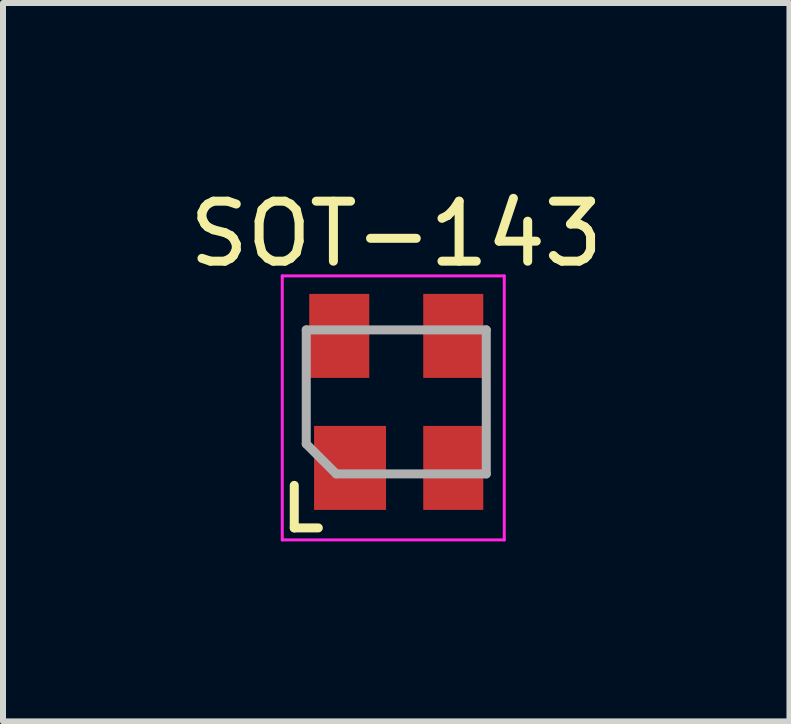
<source format=kicad_pcb>
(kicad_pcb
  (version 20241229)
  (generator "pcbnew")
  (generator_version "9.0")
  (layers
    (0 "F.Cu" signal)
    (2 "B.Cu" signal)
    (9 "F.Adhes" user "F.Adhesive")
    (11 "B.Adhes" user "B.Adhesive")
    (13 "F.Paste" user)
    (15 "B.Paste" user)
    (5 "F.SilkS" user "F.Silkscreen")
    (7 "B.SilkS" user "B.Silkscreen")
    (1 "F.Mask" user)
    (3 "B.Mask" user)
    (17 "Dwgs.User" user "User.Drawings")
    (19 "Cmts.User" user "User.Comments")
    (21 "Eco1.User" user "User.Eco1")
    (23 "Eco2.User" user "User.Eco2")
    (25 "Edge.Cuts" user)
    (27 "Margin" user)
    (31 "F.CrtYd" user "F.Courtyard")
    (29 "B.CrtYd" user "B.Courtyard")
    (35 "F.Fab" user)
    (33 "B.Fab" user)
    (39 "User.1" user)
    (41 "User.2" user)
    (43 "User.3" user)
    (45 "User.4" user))
  (footprint "SOT-143"
    (layer "F.Cu")
    (at 3.554 3.648)
    (property "Reference" "SOT-143" (at 0 -2.8 0) (layer "F.SilkS") (effects (font (size 1 1) (thickness 0.15))))
    (attr smd)
    (fp_line (start -1.7 1.391) (end -1.7 2.1) (stroke (width 0.15) (type solid)) (layer "F.SilkS"))
    (fp_line (start -1.7 2.1) (end -1.299 2.1) (stroke (width 0.15) (type solid)) (layer "F.SilkS"))
    (fp_line (start -1.9 -2.1) (end -1.9 2.3) (stroke (width 0.05) (type solid)) (layer "F.CrtYd"))
    (fp_line (start -1.9 2.3) (end 1.8 2.3) (stroke (width 0.05) (type solid)) (layer "F.CrtYd"))
    (fp_line (start 1.8 -2.1) (end -1.9 -2.1) (stroke (width 0.05) (type solid)) (layer "F.CrtYd"))
    (fp_line (start 1.8 2.3) (end 1.8 -2.1) (stroke (width 0.05) (type solid)) (layer "F.CrtYd"))
    (fp_line (start -1.5 -1.2) (end 1.5 -1.2) (stroke (width 0.15) (type solid)) (layer "F.Fab"))
    (fp_line (start -1.5 0.7) (end -1.5 -1.2) (stroke (width 0.15) (type solid)) (layer "F.Fab"))
    (fp_line (start -1 1.2) (end -1.5 0.7) (stroke (width 0.15) (type solid)) (layer "F.Fab"))
    (fp_line (start 1.5 -1.2) (end 1.5 1.2) (stroke (width 0.15) (type solid)) (layer "F.Fab"))
    (fp_line (start 1.5 1.2) (end -1 1.2) (stroke (width 0.15) (type solid)) (layer "F.Fab"))
    (pad "1" smd rect (at -0.77 1.1) (size 1.199 1.4) (layers "F.Cu" "F.Mask" "F.Paste"))
    (pad "2" smd rect (at 0.95 1.1) (size 1.001 1.4) (layers "F.Cu" "F.Mask" "F.Paste"))
    (pad "3" smd rect (at -0.95 -1.1) (size 1.001 1.4) (layers "F.Cu" "F.Mask" "F.Paste"))
    (pad "4" smd rect (at 0.95 -1.1) (size 1.001 1.4) (layers "F.Cu" "F.Mask" "F.Paste")))
  (gr_rect
    (start -3 -3)
    (end 10.107 8.973)
    (stroke (width 0.1) (type default))
    (fill no)
    (layer "Edge.Cuts")))
</source>
